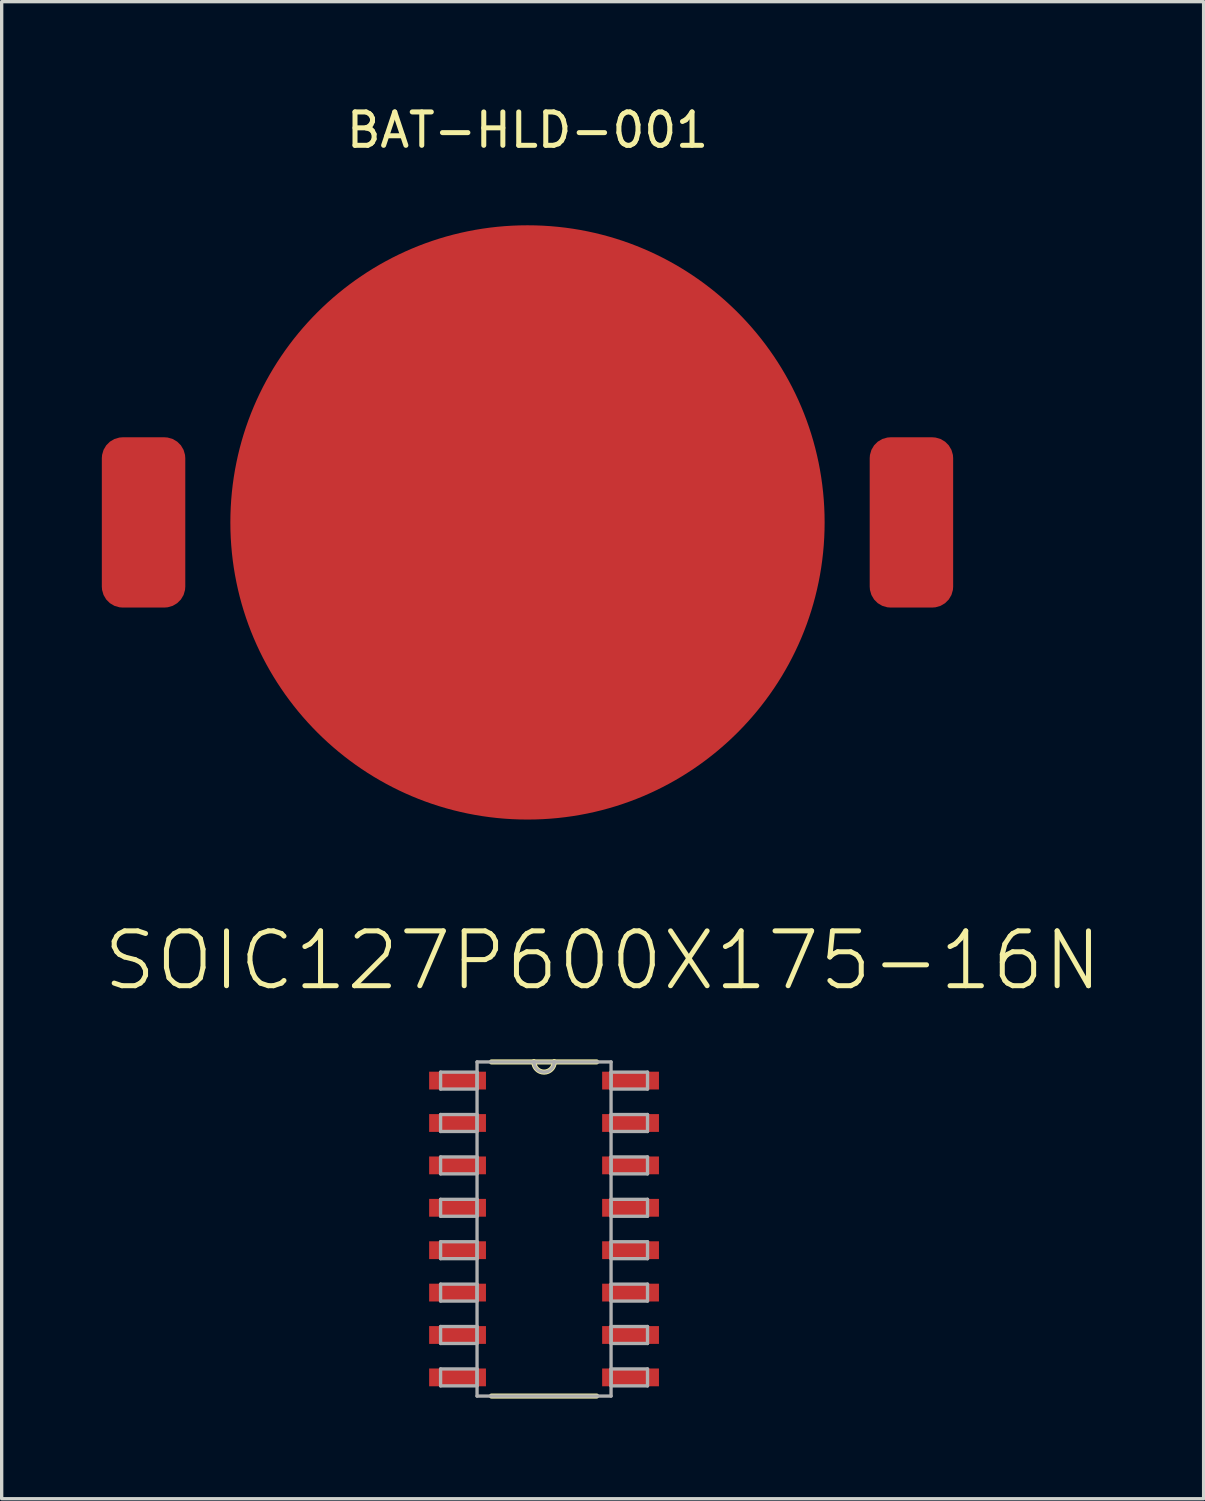
<source format=kicad_pcb>
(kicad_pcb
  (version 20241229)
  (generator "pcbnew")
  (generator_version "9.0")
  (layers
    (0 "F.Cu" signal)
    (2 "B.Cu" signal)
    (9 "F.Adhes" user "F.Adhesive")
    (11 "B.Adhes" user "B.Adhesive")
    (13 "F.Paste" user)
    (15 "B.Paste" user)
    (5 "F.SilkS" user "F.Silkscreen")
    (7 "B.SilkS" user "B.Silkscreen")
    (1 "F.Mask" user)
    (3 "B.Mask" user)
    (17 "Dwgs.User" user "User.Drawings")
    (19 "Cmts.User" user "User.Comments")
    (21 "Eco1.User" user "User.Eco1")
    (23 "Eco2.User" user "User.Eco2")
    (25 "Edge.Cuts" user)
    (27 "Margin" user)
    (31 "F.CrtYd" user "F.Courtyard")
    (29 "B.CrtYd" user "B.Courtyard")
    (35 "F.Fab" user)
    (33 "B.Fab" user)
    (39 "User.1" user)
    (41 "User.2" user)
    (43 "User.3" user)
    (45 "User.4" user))
  (footprint "BAT-HLD-001"
    (layer "F.Cu")
    (at 12.75 12.598)
    (property "Reference" "BAT-HLD-001" (at 0 -11.75 0) (unlocked yes) (layer "F.SilkS") (effects (font (size 1 1) (thickness 0.15))))
    (attr smd)
    (pad "1" smd roundrect (at -11.5 0) (size 2.5 5.1) (layers "F.Cu" "F.Mask" "F.Paste") (roundrect_rratio 0.25))
    (pad "1" smd roundrect (at 11.5 0) (size 2.5 5.1) (layers "F.Cu" "F.Mask" "F.Paste") (roundrect_rratio 0.25))
    (pad "2" smd circle (at 0 0) (size 17.8 17.8) (layers "F.Cu" "F.Mask" "F.Paste")))
  (footprint "SOIC127P600X175-16N"
    (layer "F.Cu")
    (at 13.246 33.762)
    (property "Reference" "SOIC127P600X175-16N" (at 1.755 -8.039 0) (layer "F.SilkS") (effects (font (size 1.643 1.643) (thickness 0.15))))
    (attr through_hole)
    (fp_line (start -1.575 5.004) (end 1.575 5.004) (stroke (width 0.152) (type solid)) (layer "F.SilkS"))
    (fp_line (start -0.305 -5.004) (end -1.575 -5.004) (stroke (width 0.152) (type solid)) (layer "F.SilkS"))
    (fp_line (start 0.305 -5.004) (end -0.305 -5.004) (stroke (width 0.152) (type solid)) (layer "F.SilkS"))
    (fp_line (start 1.575 -5.004) (end 0.305 -5.004) (stroke (width 0.152) (type solid)) (layer "F.SilkS"))
    (fp_arc (start 0.3048 -5.0038) (mid 0 -4.699) (end -0.3048 -5.0038) (stroke (width 0.1524) (type solid)) (layer "F.SilkS"))
    (fp_line (start -3.099 -4.699) (end -3.099 -4.191) (stroke (width 0.1) (type solid)) (layer "F.Fab"))
    (fp_line (start -3.099 -4.191) (end -2.007 -4.191) (stroke (width 0.1) (type solid)) (layer "F.Fab"))
    (fp_line (start -3.099 -3.429) (end -3.099 -2.921) (stroke (width 0.1) (type solid)) (layer "F.Fab"))
    (fp_line (start -3.099 -2.921) (end -2.007 -2.921) (stroke (width 0.1) (type solid)) (layer "F.Fab"))
    (fp_line (start -3.099 -2.159) (end -3.099 -1.651) (stroke (width 0.1) (type solid)) (layer "F.Fab"))
    (fp_line (start -3.099 -1.651) (end -2.007 -1.651) (stroke (width 0.1) (type solid)) (layer "F.Fab"))
    (fp_line (start -3.099 -0.889) (end -3.099 -0.381) (stroke (width 0.1) (type solid)) (layer "F.Fab"))
    (fp_line (start -3.099 -0.381) (end -2.007 -0.381) (stroke (width 0.1) (type solid)) (layer "F.Fab"))
    (fp_line (start -3.099 0.381) (end -3.099 0.889) (stroke (width 0.1) (type solid)) (layer "F.Fab"))
    (fp_line (start -3.099 0.889) (end -2.007 0.889) (stroke (width 0.1) (type solid)) (layer "F.Fab"))
    (fp_line (start -3.099 1.651) (end -3.099 2.159) (stroke (width 0.1) (type solid)) (layer "F.Fab"))
    (fp_line (start -3.099 2.159) (end -2.007 2.159) (stroke (width 0.1) (type solid)) (layer "F.Fab"))
    (fp_line (start -3.099 2.921) (end -3.099 3.429) (stroke (width 0.1) (type solid)) (layer "F.Fab"))
    (fp_line (start -3.099 3.429) (end -2.007 3.429) (stroke (width 0.1) (type solid)) (layer "F.Fab"))
    (fp_line (start -3.099 4.191) (end -3.099 4.699) (stroke (width 0.1) (type solid)) (layer "F.Fab"))
    (fp_line (start -3.099 4.699) (end -2.007 4.699) (stroke (width 0.1) (type solid)) (layer "F.Fab"))
    (fp_line (start -2.007 -5.004) (end -2.007 5.004) (stroke (width 0.1) (type solid)) (layer "F.Fab"))
    (fp_line (start -2.007 -4.699) (end -3.099 -4.699) (stroke (width 0.1) (type solid)) (layer "F.Fab"))
    (fp_line (start -2.007 -4.191) (end -2.007 -4.699) (stroke (width 0.1) (type solid)) (layer "F.Fab"))
    (fp_line (start -2.007 -3.429) (end -3.099 -3.429) (stroke (width 0.1) (type solid)) (layer "F.Fab"))
    (fp_line (start -2.007 -2.921) (end -2.007 -3.429) (stroke (width 0.1) (type solid)) (layer "F.Fab"))
    (fp_line (start -2.007 -2.159) (end -3.099 -2.159) (stroke (width 0.1) (type solid)) (layer "F.Fab"))
    (fp_line (start -2.007 -1.651) (end -2.007 -2.159) (stroke (width 0.1) (type solid)) (layer "F.Fab"))
    (fp_line (start -2.007 -0.889) (end -3.099 -0.889) (stroke (width 0.1) (type solid)) (layer "F.Fab"))
    (fp_line (start -2.007 -0.381) (end -2.007 -0.889) (stroke (width 0.1) (type solid)) (layer "F.Fab"))
    (fp_line (start -2.007 0.381) (end -3.099 0.381) (stroke (width 0.1) (type solid)) (layer "F.Fab"))
    (fp_line (start -2.007 0.889) (end -2.007 0.381) (stroke (width 0.1) (type solid)) (layer "F.Fab"))
    (fp_line (start -2.007 1.651) (end -3.099 1.651) (stroke (width 0.1) (type solid)) (layer "F.Fab"))
    (fp_line (start -2.007 2.159) (end -2.007 1.651) (stroke (width 0.1) (type solid)) (layer "F.Fab"))
    (fp_line (start -2.007 2.921) (end -3.099 2.921) (stroke (width 0.1) (type solid)) (layer "F.Fab"))
    (fp_line (start -2.007 3.429) (end -2.007 2.921) (stroke (width 0.1) (type solid)) (layer "F.Fab"))
    (fp_line (start -2.007 4.191) (end -3.099 4.191) (stroke (width 0.1) (type solid)) (layer "F.Fab"))
    (fp_line (start -2.007 4.699) (end -2.007 4.191) (stroke (width 0.1) (type solid)) (layer "F.Fab"))
    (fp_line (start -2.007 5.004) (end 2.007 5.004) (stroke (width 0.1) (type solid)) (layer "F.Fab"))
    (fp_line (start -0.305 -5.004) (end -2.007 -5.004) (stroke (width 0.1) (type solid)) (layer "F.Fab"))
    (fp_line (start 0.305 -5.004) (end -0.305 -5.004) (stroke (width 0.1) (type solid)) (layer "F.Fab"))
    (fp_line (start 2.007 -5.004) (end 0.305 -5.004) (stroke (width 0.1) (type solid)) (layer "F.Fab"))
    (fp_line (start 2.007 -4.699) (end 2.007 -4.191) (stroke (width 0.1) (type solid)) (layer "F.Fab"))
    (fp_line (start 2.007 -4.191) (end 3.099 -4.191) (stroke (width 0.1) (type solid)) (layer "F.Fab"))
    (fp_line (start 2.007 -3.429) (end 2.007 -2.921) (stroke (width 0.1) (type solid)) (layer "F.Fab"))
    (fp_line (start 2.007 -2.921) (end 3.099 -2.921) (stroke (width 0.1) (type solid)) (layer "F.Fab"))
    (fp_line (start 2.007 -2.159) (end 2.007 -1.651) (stroke (width 0.1) (type solid)) (layer "F.Fab"))
    (fp_line (start 2.007 -1.651) (end 3.099 -1.651) (stroke (width 0.1) (type solid)) (layer "F.Fab"))
    (fp_line (start 2.007 -0.889) (end 2.007 -0.381) (stroke (width 0.1) (type solid)) (layer "F.Fab"))
    (fp_line (start 2.007 -0.381) (end 3.099 -0.381) (stroke (width 0.1) (type solid)) (layer "F.Fab"))
    (fp_line (start 2.007 0.381) (end 2.007 0.889) (stroke (width 0.1) (type solid)) (layer "F.Fab"))
    (fp_line (start 2.007 0.889) (end 3.099 0.889) (stroke (width 0.1) (type solid)) (layer "F.Fab"))
    (fp_line (start 2.007 1.651) (end 2.007 2.159) (stroke (width 0.1) (type solid)) (layer "F.Fab"))
    (fp_line (start 2.007 2.159) (end 3.099 2.159) (stroke (width 0.1) (type solid)) (layer "F.Fab"))
    (fp_line (start 2.007 2.921) (end 2.007 3.429) (stroke (width 0.1) (type solid)) (layer "F.Fab"))
    (fp_line (start 2.007 3.429) (end 3.099 3.429) (stroke (width 0.1) (type solid)) (layer "F.Fab"))
    (fp_line (start 2.007 4.191) (end 2.007 4.699) (stroke (width 0.1) (type solid)) (layer "F.Fab"))
    (fp_line (start 2.007 4.699) (end 3.099 4.699) (stroke (width 0.1) (type solid)) (layer "F.Fab"))
    (fp_line (start 2.007 5.004) (end 2.007 -5.004) (stroke (width 0.1) (type solid)) (layer "F.Fab"))
    (fp_line (start 3.099 -4.699) (end 2.007 -4.699) (stroke (width 0.1) (type solid)) (layer "F.Fab"))
    (fp_line (start 3.099 -4.191) (end 3.099 -4.699) (stroke (width 0.1) (type solid)) (layer "F.Fab"))
    (fp_line (start 3.099 -3.429) (end 2.007 -3.429) (stroke (width 0.1) (type solid)) (layer "F.Fab"))
    (fp_line (start 3.099 -2.921) (end 3.099 -3.429) (stroke (width 0.1) (type solid)) (layer "F.Fab"))
    (fp_line (start 3.099 -2.159) (end 2.007 -2.159) (stroke (width 0.1) (type solid)) (layer "F.Fab"))
    (fp_line (start 3.099 -1.651) (end 3.099 -2.159) (stroke (width 0.1) (type solid)) (layer "F.Fab"))
    (fp_line (start 3.099 -0.889) (end 2.007 -0.889) (stroke (width 0.1) (type solid)) (layer "F.Fab"))
    (fp_line (start 3.099 -0.381) (end 3.099 -0.889) (stroke (width 0.1) (type solid)) (layer "F.Fab"))
    (fp_line (start 3.099 0.381) (end 2.007 0.381) (stroke (width 0.1) (type solid)) (layer "F.Fab"))
    (fp_line (start 3.099 0.889) (end 3.099 0.381) (stroke (width 0.1) (type solid)) (layer "F.Fab"))
    (fp_line (start 3.099 1.651) (end 2.007 1.651) (stroke (width 0.1) (type solid)) (layer "F.Fab"))
    (fp_line (start 3.099 2.159) (end 3.099 1.651) (stroke (width 0.1) (type solid)) (layer "F.Fab"))
    (fp_line (start 3.099 2.921) (end 2.007 2.921) (stroke (width 0.1) (type solid)) (layer "F.Fab"))
    (fp_line (start 3.099 3.429) (end 3.099 2.921) (stroke (width 0.1) (type solid)) (layer "F.Fab"))
    (fp_line (start 3.099 4.191) (end 2.007 4.191) (stroke (width 0.1) (type solid)) (layer "F.Fab"))
    (fp_line (start 3.099 4.699) (end 3.099 4.191) (stroke (width 0.1) (type solid)) (layer "F.Fab"))
    (fp_arc (start 0.3048 -5.0038) (mid 0 -4.699) (end -0.3048 -5.0038) (stroke (width 0.1) (type solid)) (layer "F.Fab"))
    (pad "1" smd rect (at -2.591 -4.445) (size 1.702 0.533) (layers "F.Cu" "F.Mask" "F.Paste"))
    (pad "2" smd rect (at -2.591 -3.175) (size 1.702 0.533) (layers "F.Cu" "F.Mask" "F.Paste"))
    (pad "3" smd rect (at -2.591 -1.905) (size 1.702 0.533) (layers "F.Cu" "F.Mask" "F.Paste"))
    (pad "4" smd rect (at -2.591 -0.635) (size 1.702 0.533) (layers "F.Cu" "F.Mask" "F.Paste"))
    (pad "5" smd rect (at -2.591 0.635) (size 1.702 0.533) (layers "F.Cu" "F.Mask" "F.Paste"))
    (pad "6" smd rect (at -2.591 1.905) (size 1.702 0.533) (layers "F.Cu" "F.Mask" "F.Paste"))
    (pad "7" smd rect (at -2.591 3.175) (size 1.702 0.533) (layers "F.Cu" "F.Mask" "F.Paste"))
    (pad "8" smd rect (at -2.591 4.445) (size 1.702 0.533) (layers "F.Cu" "F.Mask" "F.Paste"))
    (pad "9" smd rect (at 2.591 4.445) (size 1.702 0.533) (layers "F.Cu" "F.Mask" "F.Paste"))
    (pad "10" smd rect (at 2.591 3.175) (size 1.702 0.533) (layers "F.Cu" "F.Mask" "F.Paste"))
    (pad "11" smd rect (at 2.591 1.905) (size 1.702 0.533) (layers "F.Cu" "F.Mask" "F.Paste"))
    (pad "12" smd rect (at 2.591 0.635) (size 1.702 0.533) (layers "F.Cu" "F.Mask" "F.Paste"))
    (pad "13" smd rect (at 2.591 -0.635) (size 1.702 0.533) (layers "F.Cu" "F.Mask" "F.Paste"))
    (pad "14" smd rect (at 2.591 -1.905) (size 1.702 0.533) (layers "F.Cu" "F.Mask" "F.Paste"))
    (pad "15" smd rect (at 2.591 -3.175) (size 1.702 0.533) (layers "F.Cu" "F.Mask" "F.Paste"))
    (pad "16" smd rect (at 2.591 -4.445) (size 1.702 0.533) (layers "F.Cu" "F.Mask" "F.Paste")))
  (gr_rect
    (start -3 -3)
    (end 33.002 41.842)
    (stroke (width 0.1) (type default))
    (fill no)
    (layer "Edge.Cuts")))
</source>
